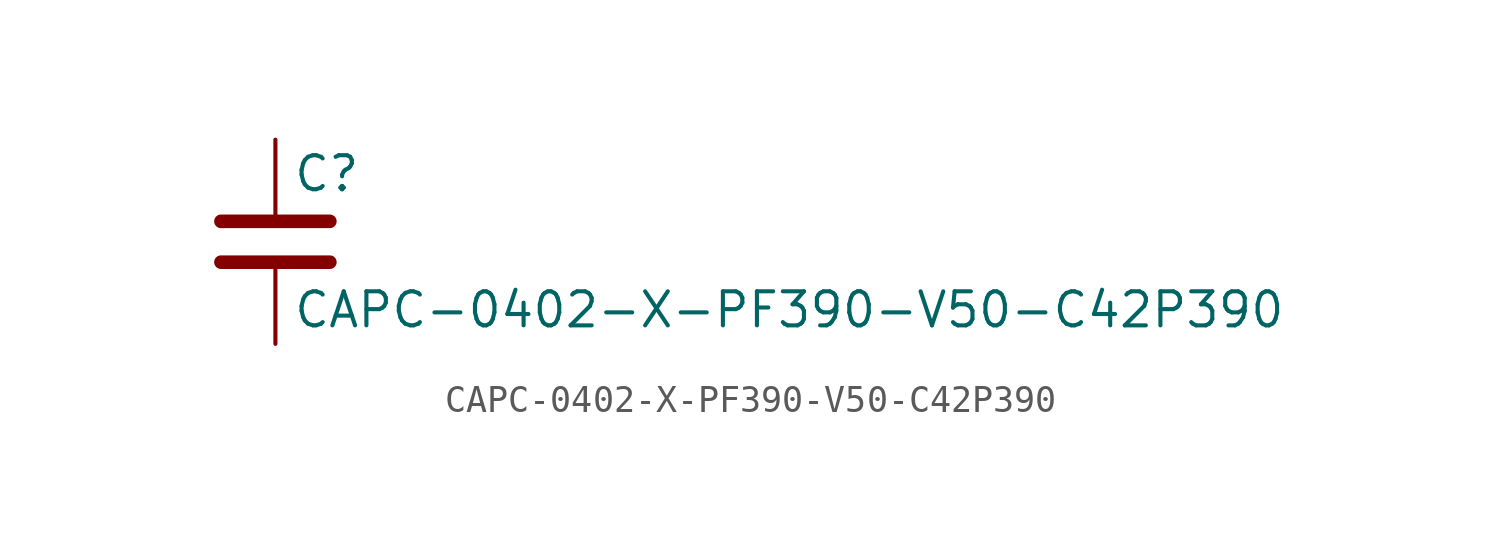
<source format=kicad_sym>
(kicad_symbol_lib
  (version 20211014)
  (generator kicad_symbol_editor)
  (symbol "CAPC-0402-X-PF390-V50-C42P390"
    (pin_numbers hide)
    (pin_names
      (offset 0.254))
    (property "Reference" "C"
      (at 0.635 2.54 0)
      (effects (font (size 1.27 1.27)) (justify left)))
    (property "Value" "CAPC-0402-X-PF390-V50-C42P390"
      (at 0.635 -2.54 0)
      (effects (font (size 1.27 1.27)) (justify left)))
    (symbol "CAPC-0402-X-PF390-V50-C42P390_0_1"
      (polyline (pts (xy -2.032 -0.762) (xy 2.032 -0.762)) (stroke (width 0.508) (type default) (color 0 0 0 0)) (fill (type none)))
      (polyline (pts (xy -2.032 0.762) (xy 2.032 0.762)) (stroke (width 0.508) (type default) (color 0 0 0 0)) (fill (type none))))
    (symbol "CAPC-0402-X-PF390-V50-C42P390_1_1"
      (pin passive line (at 0 3.81 270) (length 2.794) (name "~" (effects (font (size 1.27 1.27)))) (number "1" (effects (font (size 1.27 1.27)))))
      (pin passive line (at 0 -3.81 90) (length 2.794) (name "~" (effects (font (size 1.27 1.27)))) (number "2" (effects (font (size 1.27 1.27))))))))
</source>
